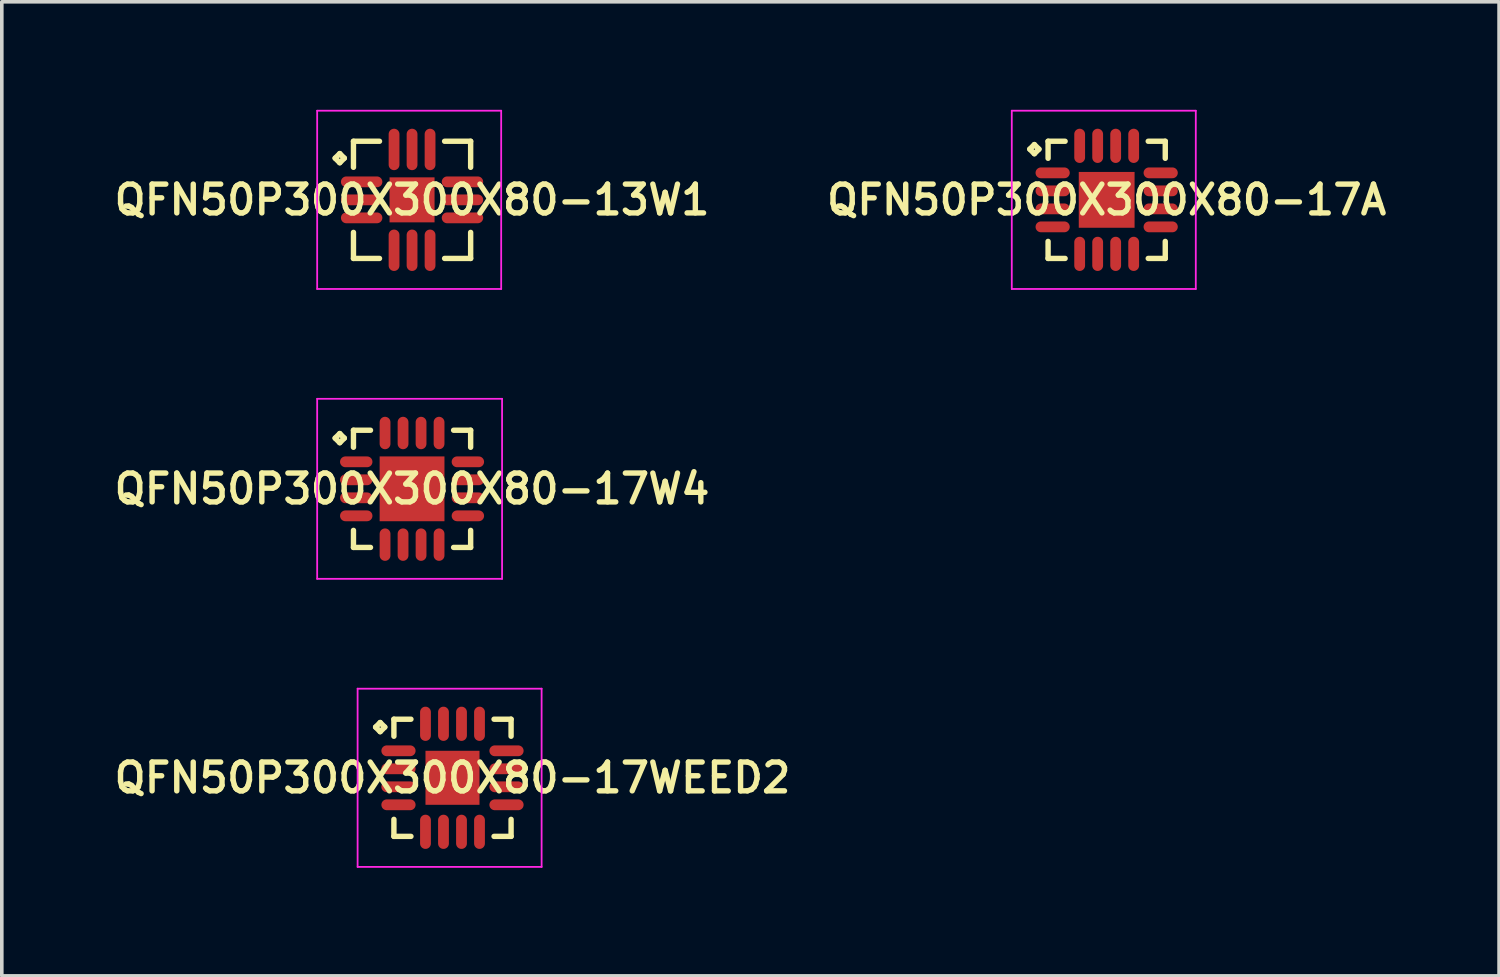
<source format=kicad_pcb>
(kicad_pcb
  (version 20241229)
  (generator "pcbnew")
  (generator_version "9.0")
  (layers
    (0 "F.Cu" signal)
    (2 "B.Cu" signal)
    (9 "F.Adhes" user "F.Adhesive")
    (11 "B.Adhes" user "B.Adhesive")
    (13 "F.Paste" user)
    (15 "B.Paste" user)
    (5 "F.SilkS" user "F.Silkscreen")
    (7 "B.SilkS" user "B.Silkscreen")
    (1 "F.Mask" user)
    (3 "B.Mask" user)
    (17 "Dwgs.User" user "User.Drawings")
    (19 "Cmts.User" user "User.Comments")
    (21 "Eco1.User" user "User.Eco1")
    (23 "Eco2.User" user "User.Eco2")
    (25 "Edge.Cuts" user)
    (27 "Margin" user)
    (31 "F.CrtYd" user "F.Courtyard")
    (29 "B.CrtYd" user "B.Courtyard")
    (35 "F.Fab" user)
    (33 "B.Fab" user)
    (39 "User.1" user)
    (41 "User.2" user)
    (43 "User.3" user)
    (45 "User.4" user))
  (footprint "QFN50P300X300X80-17WEED2"
    (layer "F.Cu")
    (at 9.516 18.55)
    (property "Reference" "QFN50P300X300X80-17WEED2" (at 0 0 0) (layer "F.SilkS") (effects (font (size 0.8 0.8) (thickness 0.15))))
    (attr smd)
    (fp_line (start -2.135 -1.408) (end -2.008 -1.535) (stroke (width 0.15) (type solid)) (layer "F.SilkS"))
    (fp_line (start -2.008 -1.535) (end -1.881 -1.408) (stroke (width 0.15) (type solid)) (layer "F.SilkS"))
    (fp_line (start -2.008 -1.281) (end -2.135 -1.408) (stroke (width 0.15) (type solid)) (layer "F.SilkS"))
    (fp_line (start -1.881 -1.408) (end -2.008 -1.281) (stroke (width 0.15) (type solid)) (layer "F.SilkS"))
    (fp_line (start -1.627 -1.627) (end -1.154 -1.627) (stroke (width 0.15) (type solid)) (layer "F.SilkS"))
    (fp_line (start -1.627 -1.154) (end -1.627 -1.627) (stroke (width 0.15) (type solid)) (layer "F.SilkS"))
    (fp_line (start -1.627 1.154) (end -1.627 1.627) (stroke (width 0.15) (type solid)) (layer "F.SilkS"))
    (fp_line (start -1.627 1.627) (end -1.154 1.627) (stroke (width 0.15) (type solid)) (layer "F.SilkS"))
    (fp_line (start 1.154 -1.627) (end 1.627 -1.627) (stroke (width 0.15) (type solid)) (layer "F.SilkS"))
    (fp_line (start 1.154 1.627) (end 1.627 1.627) (stroke (width 0.15) (type solid)) (layer "F.SilkS"))
    (fp_line (start 1.627 -1.627) (end 1.627 -1.154) (stroke (width 0.15) (type solid)) (layer "F.SilkS"))
    (fp_line (start 1.627 1.627) (end 1.627 1.154) (stroke (width 0.15) (type solid)) (layer "F.SilkS"))
    (fp_line (start -2.635 -2.475) (end 2.475 -2.475) (stroke (width 0.05) (type solid)) (layer "F.CrtYd"))
    (fp_line (start -2.635 2.475) (end -2.635 -2.475) (stroke (width 0.05) (type solid)) (layer "F.CrtYd"))
    (fp_line (start 2.475 -2.475) (end 2.475 2.475) (stroke (width 0.05) (type solid)) (layer "F.CrtYd"))
    (fp_line (start 2.475 2.475) (end -2.635 2.475) (stroke (width 0.05) (type solid)) (layer "F.CrtYd"))
    (pad "1" smd oval (at -1.5 -0.75) (size 0.95 0.3) (layers "F.Cu" "F.Mask" "F.Paste"))
    (pad "2" smd oval (at -1.5 -0.25) (size 0.95 0.3) (layers "F.Cu" "F.Mask" "F.Paste"))
    (pad "3" smd oval (at -1.5 0.25) (size 0.95 0.3) (layers "F.Cu" "F.Mask" "F.Paste"))
    (pad "4" smd oval (at -1.5 0.75) (size 0.95 0.3) (layers "F.Cu" "F.Mask" "F.Paste"))
    (pad "5" smd oval (at -0.75 1.5) (size 0.3 0.95) (layers "F.Cu" "F.Mask" "F.Paste"))
    (pad "6" smd oval (at -0.25 1.5) (size 0.3 0.95) (layers "F.Cu" "F.Mask" "F.Paste"))
    (pad "7" smd oval (at 0.25 1.5) (size 0.3 0.95) (layers "F.Cu" "F.Mask" "F.Paste"))
    (pad "8" smd oval (at 0.75 1.5) (size 0.3 0.95) (layers "F.Cu" "F.Mask" "F.Paste"))
    (pad "9" smd oval (at 1.5 0.75) (size 0.95 0.3) (layers "F.Cu" "F.Mask" "F.Paste"))
    (pad "10" smd oval (at 1.5 0.25) (size 0.95 0.3) (layers "F.Cu" "F.Mask" "F.Paste"))
    (pad "11" smd oval (at 1.5 -0.25) (size 0.95 0.3) (layers "F.Cu" "F.Mask" "F.Paste"))
    (pad "12" smd oval (at 1.5 -0.75) (size 0.95 0.3) (layers "F.Cu" "F.Mask" "F.Paste"))
    (pad "13" smd oval (at 0.75 -1.5) (size 0.3 0.95) (layers "F.Cu" "F.Mask" "F.Paste"))
    (pad "14" smd oval (at 0.25 -1.5) (size 0.3 0.95) (layers "F.Cu" "F.Mask" "F.Paste"))
    (pad "15" smd oval (at -0.25 -1.5) (size 0.3 0.95) (layers "F.Cu" "F.Mask" "F.Paste"))
    (pad "16" smd oval (at -0.75 -1.5) (size 0.3 0.95) (layers "F.Cu" "F.Mask" "F.Paste"))
    (pad "17" smd rect (at 0 0) (size 1.5 1.5) (layers "F.Cu" "F.Mask" "F.Paste")))
  (footprint "QFN50P300X300X80-13W1"
    (layer "F.Cu")
    (at 8.393 2.5)
    (property "Reference" "QFN50P300X300X80-13W1" (at 0 0 0) (layer "F.SilkS") (effects (font (size 0.8 0.8) (thickness 0.15))))
    (attr smd)
    (fp_line (start -2.135 -1.158) (end -2.008 -1.285) (stroke (width 0.15) (type solid)) (layer "F.SilkS"))
    (fp_line (start -2.008 -1.285) (end -1.881 -1.158) (stroke (width 0.15) (type solid)) (layer "F.SilkS"))
    (fp_line (start -2.008 -1.031) (end -2.135 -1.158) (stroke (width 0.15) (type solid)) (layer "F.SilkS"))
    (fp_line (start -1.881 -1.158) (end -2.008 -1.031) (stroke (width 0.15) (type solid)) (layer "F.SilkS"))
    (fp_line (start -1.627 -1.627) (end -0.904 -1.627) (stroke (width 0.15) (type solid)) (layer "F.SilkS"))
    (fp_line (start -1.627 -0.904) (end -1.627 -1.627) (stroke (width 0.15) (type solid)) (layer "F.SilkS"))
    (fp_line (start -1.627 0.904) (end -1.627 1.627) (stroke (width 0.15) (type solid)) (layer "F.SilkS"))
    (fp_line (start -1.627 1.627) (end -0.904 1.627) (stroke (width 0.15) (type solid)) (layer "F.SilkS"))
    (fp_line (start 0.904 -1.627) (end 1.627 -1.627) (stroke (width 0.15) (type solid)) (layer "F.SilkS"))
    (fp_line (start 0.904 1.627) (end 1.627 1.627) (stroke (width 0.15) (type solid)) (layer "F.SilkS"))
    (fp_line (start 1.627 -1.627) (end 1.627 -0.904) (stroke (width 0.15) (type solid)) (layer "F.SilkS"))
    (fp_line (start 1.627 1.627) (end 1.627 0.904) (stroke (width 0.15) (type solid)) (layer "F.SilkS"))
    (fp_line (start -2.635 -2.475) (end 2.475 -2.475) (stroke (width 0.05) (type solid)) (layer "F.CrtYd"))
    (fp_line (start -2.635 2.475) (end -2.635 -2.475) (stroke (width 0.05) (type solid)) (layer "F.CrtYd"))
    (fp_line (start 2.475 -2.475) (end 2.475 2.475) (stroke (width 0.05) (type solid)) (layer "F.CrtYd"))
    (fp_line (start 2.475 2.475) (end -2.635 2.475) (stroke (width 0.05) (type solid)) (layer "F.CrtYd"))
    (pad "1" smd oval (at -1.4 -0.5) (size 1.15 0.3) (layers "F.Cu" "F.Mask" "F.Paste"))
    (pad "2" smd oval (at -1.4 0) (size 1.15 0.3) (layers "F.Cu" "F.Mask" "F.Paste"))
    (pad "3" smd oval (at -1.4 0.5) (size 1.15 0.3) (layers "F.Cu" "F.Mask" "F.Paste"))
    (pad "4" smd oval (at -0.5 1.4) (size 0.3 1.15) (layers "F.Cu" "F.Mask" "F.Paste"))
    (pad "5" smd oval (at 0 1.4) (size 0.3 1.15) (layers "F.Cu" "F.Mask" "F.Paste"))
    (pad "6" smd oval (at 0.5 1.4) (size 0.3 1.15) (layers "F.Cu" "F.Mask" "F.Paste"))
    (pad "7" smd oval (at 1.4 0.5) (size 1.15 0.3) (layers "F.Cu" "F.Mask" "F.Paste"))
    (pad "8" smd oval (at 1.4 0) (size 1.15 0.3) (layers "F.Cu" "F.Mask" "F.Paste"))
    (pad "9" smd oval (at 1.4 -0.5) (size 1.15 0.3) (layers "F.Cu" "F.Mask" "F.Paste"))
    (pad "10" smd oval (at 0.5 -1.4) (size 0.3 1.15) (layers "F.Cu" "F.Mask" "F.Paste"))
    (pad "11" smd oval (at 0 -1.4) (size 0.3 1.15) (layers "F.Cu" "F.Mask" "F.Paste"))
    (pad "12" smd oval (at -0.5 -1.4) (size 0.3 1.15) (layers "F.Cu" "F.Mask" "F.Paste"))
    (pad "13" smd rect (at 0 0) (size 1.25 1.25) (layers "F.Cu" "F.Mask" "F.Paste")))
  (footprint "QFN50P300X300X80-17A"
    (layer "F.Cu")
    (at 27.683 2.5)
    (property "Reference" "QFN50P300X300X80-17A" (at 0 0 0) (layer "F.SilkS") (effects (font (size 0.8 0.8) (thickness 0.15))))
    (attr smd)
    (fp_line (start -2.135 -1.408) (end -2.008 -1.535) (stroke (width 0.15) (type solid)) (layer "F.SilkS"))
    (fp_line (start -2.008 -1.535) (end -1.881 -1.408) (stroke (width 0.15) (type solid)) (layer "F.SilkS"))
    (fp_line (start -2.008 -1.281) (end -2.135 -1.408) (stroke (width 0.15) (type solid)) (layer "F.SilkS"))
    (fp_line (start -1.881 -1.408) (end -2.008 -1.281) (stroke (width 0.15) (type solid)) (layer "F.SilkS"))
    (fp_line (start -1.627 -1.627) (end -1.154 -1.627) (stroke (width 0.15) (type solid)) (layer "F.SilkS"))
    (fp_line (start -1.627 -1.154) (end -1.627 -1.627) (stroke (width 0.15) (type solid)) (layer "F.SilkS"))
    (fp_line (start -1.627 1.154) (end -1.627 1.627) (stroke (width 0.15) (type solid)) (layer "F.SilkS"))
    (fp_line (start -1.627 1.627) (end -1.154 1.627) (stroke (width 0.15) (type solid)) (layer "F.SilkS"))
    (fp_line (start 1.154 -1.627) (end 1.627 -1.627) (stroke (width 0.15) (type solid)) (layer "F.SilkS"))
    (fp_line (start 1.154 1.627) (end 1.627 1.627) (stroke (width 0.15) (type solid)) (layer "F.SilkS"))
    (fp_line (start 1.627 -1.627) (end 1.627 -1.154) (stroke (width 0.15) (type solid)) (layer "F.SilkS"))
    (fp_line (start 1.627 1.627) (end 1.627 1.154) (stroke (width 0.15) (type solid)) (layer "F.SilkS"))
    (fp_line (start -2.635 -2.475) (end 2.475 -2.475) (stroke (width 0.05) (type solid)) (layer "F.CrtYd"))
    (fp_line (start -2.635 2.475) (end -2.635 -2.475) (stroke (width 0.05) (type solid)) (layer "F.CrtYd"))
    (fp_line (start 2.475 -2.475) (end 2.475 2.475) (stroke (width 0.05) (type solid)) (layer "F.CrtYd"))
    (fp_line (start 2.475 2.475) (end -2.635 2.475) (stroke (width 0.05) (type solid)) (layer "F.CrtYd"))
    (pad "1" smd oval (at -1.5 -0.75) (size 0.95 0.3) (layers "F.Cu" "F.Mask" "F.Paste"))
    (pad "2" smd oval (at -1.5 -0.25) (size 0.95 0.3) (layers "F.Cu" "F.Mask" "F.Paste"))
    (pad "3" smd oval (at -1.5 0.25) (size 0.95 0.3) (layers "F.Cu" "F.Mask" "F.Paste"))
    (pad "4" smd oval (at -1.5 0.75) (size 0.95 0.3) (layers "F.Cu" "F.Mask" "F.Paste"))
    (pad "5" smd oval (at -0.75 1.5) (size 0.3 0.95) (layers "F.Cu" "F.Mask" "F.Paste"))
    (pad "6" smd oval (at -0.25 1.5) (size 0.3 0.95) (layers "F.Cu" "F.Mask" "F.Paste"))
    (pad "7" smd oval (at 0.25 1.5) (size 0.3 0.95) (layers "F.Cu" "F.Mask" "F.Paste"))
    (pad "8" smd oval (at 0.75 1.5) (size 0.3 0.95) (layers "F.Cu" "F.Mask" "F.Paste"))
    (pad "9" smd oval (at 1.5 0.75) (size 0.95 0.3) (layers "F.Cu" "F.Mask" "F.Paste"))
    (pad "10" smd oval (at 1.5 0.25) (size 0.95 0.3) (layers "F.Cu" "F.Mask" "F.Paste"))
    (pad "11" smd oval (at 1.5 -0.25) (size 0.95 0.3) (layers "F.Cu" "F.Mask" "F.Paste"))
    (pad "12" smd oval (at 1.5 -0.75) (size 0.95 0.3) (layers "F.Cu" "F.Mask" "F.Paste"))
    (pad "13" smd oval (at 0.75 -1.5) (size 0.3 0.95) (layers "F.Cu" "F.Mask" "F.Paste"))
    (pad "14" smd oval (at 0.25 -1.5) (size 0.3 0.95) (layers "F.Cu" "F.Mask" "F.Paste"))
    (pad "15" smd oval (at -0.25 -1.5) (size 0.3 0.95) (layers "F.Cu" "F.Mask" "F.Paste"))
    (pad "16" smd oval (at -0.75 -1.5) (size 0.3 0.95) (layers "F.Cu" "F.Mask" "F.Paste"))
    (pad "17" smd rect (at 0 0) (size 1.55 1.55) (layers "F.Cu" "F.Mask" "F.Paste")))
  (footprint "QFN50P300X300X80-17W4"
    (layer "F.Cu")
    (at 8.393 10.525)
    (property "Reference" "QFN50P300X300X80-17W4" (at 0 0 0) (layer "F.SilkS") (effects (font (size 0.8 0.8) (thickness 0.15))))
    (attr smd)
    (fp_line (start -2.135 -1.408) (end -2.008 -1.535) (stroke (width 0.15) (type solid)) (layer "F.SilkS"))
    (fp_line (start -2.008 -1.535) (end -1.881 -1.408) (stroke (width 0.15) (type solid)) (layer "F.SilkS"))
    (fp_line (start -2.008 -1.281) (end -2.135 -1.408) (stroke (width 0.15) (type solid)) (layer "F.SilkS"))
    (fp_line (start -1.881 -1.408) (end -2.008 -1.281) (stroke (width 0.15) (type solid)) (layer "F.SilkS"))
    (fp_line (start -1.627 -1.627) (end -1.154 -1.627) (stroke (width 0.15) (type solid)) (layer "F.SilkS"))
    (fp_line (start -1.627 -1.154) (end -1.627 -1.627) (stroke (width 0.15) (type solid)) (layer "F.SilkS"))
    (fp_line (start -1.627 1.154) (end -1.627 1.627) (stroke (width 0.15) (type solid)) (layer "F.SilkS"))
    (fp_line (start -1.627 1.627) (end -1.154 1.627) (stroke (width 0.15) (type solid)) (layer "F.SilkS"))
    (fp_line (start 1.154 -1.627) (end 1.627 -1.627) (stroke (width 0.15) (type solid)) (layer "F.SilkS"))
    (fp_line (start 1.154 1.627) (end 1.627 1.627) (stroke (width 0.15) (type solid)) (layer "F.SilkS"))
    (fp_line (start 1.627 -1.627) (end 1.627 -1.154) (stroke (width 0.15) (type solid)) (layer "F.SilkS"))
    (fp_line (start 1.627 1.627) (end 1.627 1.154) (stroke (width 0.15) (type solid)) (layer "F.SilkS"))
    (fp_line (start -2.635 -2.5) (end 2.5 -2.5) (stroke (width 0.05) (type solid)) (layer "F.CrtYd"))
    (fp_line (start -2.635 2.5) (end -2.635 -2.5) (stroke (width 0.05) (type solid)) (layer "F.CrtYd"))
    (fp_line (start 2.5 -2.5) (end 2.5 2.5) (stroke (width 0.05) (type solid)) (layer "F.CrtYd"))
    (fp_line (start 2.5 2.5) (end -2.635 2.5) (stroke (width 0.05) (type solid)) (layer "F.CrtYd"))
    (pad "1" smd oval (at -1.55 -0.75) (size 0.9 0.3) (layers "F.Cu" "F.Mask" "F.Paste"))
    (pad "2" smd oval (at -1.55 -0.25) (size 0.9 0.3) (layers "F.Cu" "F.Mask" "F.Paste"))
    (pad "3" smd oval (at -1.55 0.25) (size 0.9 0.3) (layers "F.Cu" "F.Mask" "F.Paste"))
    (pad "4" smd oval (at -1.55 0.75) (size 0.9 0.3) (layers "F.Cu" "F.Mask" "F.Paste"))
    (pad "5" smd oval (at -0.75 1.55) (size 0.3 0.9) (layers "F.Cu" "F.Mask" "F.Paste"))
    (pad "6" smd oval (at -0.25 1.55) (size 0.3 0.9) (layers "F.Cu" "F.Mask" "F.Paste"))
    (pad "7" smd oval (at 0.25 1.55) (size 0.3 0.9) (layers "F.Cu" "F.Mask" "F.Paste"))
    (pad "8" smd oval (at 0.75 1.55) (size 0.3 0.9) (layers "F.Cu" "F.Mask" "F.Paste"))
    (pad "9" smd oval (at 1.55 0.75) (size 0.9 0.3) (layers "F.Cu" "F.Mask" "F.Paste"))
    (pad "10" smd oval (at 1.55 0.25) (size 0.9 0.3) (layers "F.Cu" "F.Mask" "F.Paste"))
    (pad "11" smd oval (at 1.55 -0.25) (size 0.9 0.3) (layers "F.Cu" "F.Mask" "F.Paste"))
    (pad "12" smd oval (at 1.55 -0.75) (size 0.9 0.3) (layers "F.Cu" "F.Mask" "F.Paste"))
    (pad "13" smd oval (at 0.75 -1.55) (size 0.3 0.9) (layers "F.Cu" "F.Mask" "F.Paste"))
    (pad "14" smd oval (at 0.25 -1.55) (size 0.3 0.9) (layers "F.Cu" "F.Mask" "F.Paste"))
    (pad "15" smd oval (at -0.25 -1.55) (size 0.3 0.9) (layers "F.Cu" "F.Mask" "F.Paste"))
    (pad "16" smd oval (at -0.75 -1.55) (size 0.3 0.9) (layers "F.Cu" "F.Mask" "F.Paste"))
    (pad "17" smd rect (at 0 0) (size 1.8 1.8) (layers "F.Cu" "F.Mask" "F.Paste")))
  (gr_rect
    (start -3 -3)
    (end 38.58 24.05)
    (stroke (width 0.1) (type default))
    (fill no)
    (layer "Edge.Cuts")))
</source>
